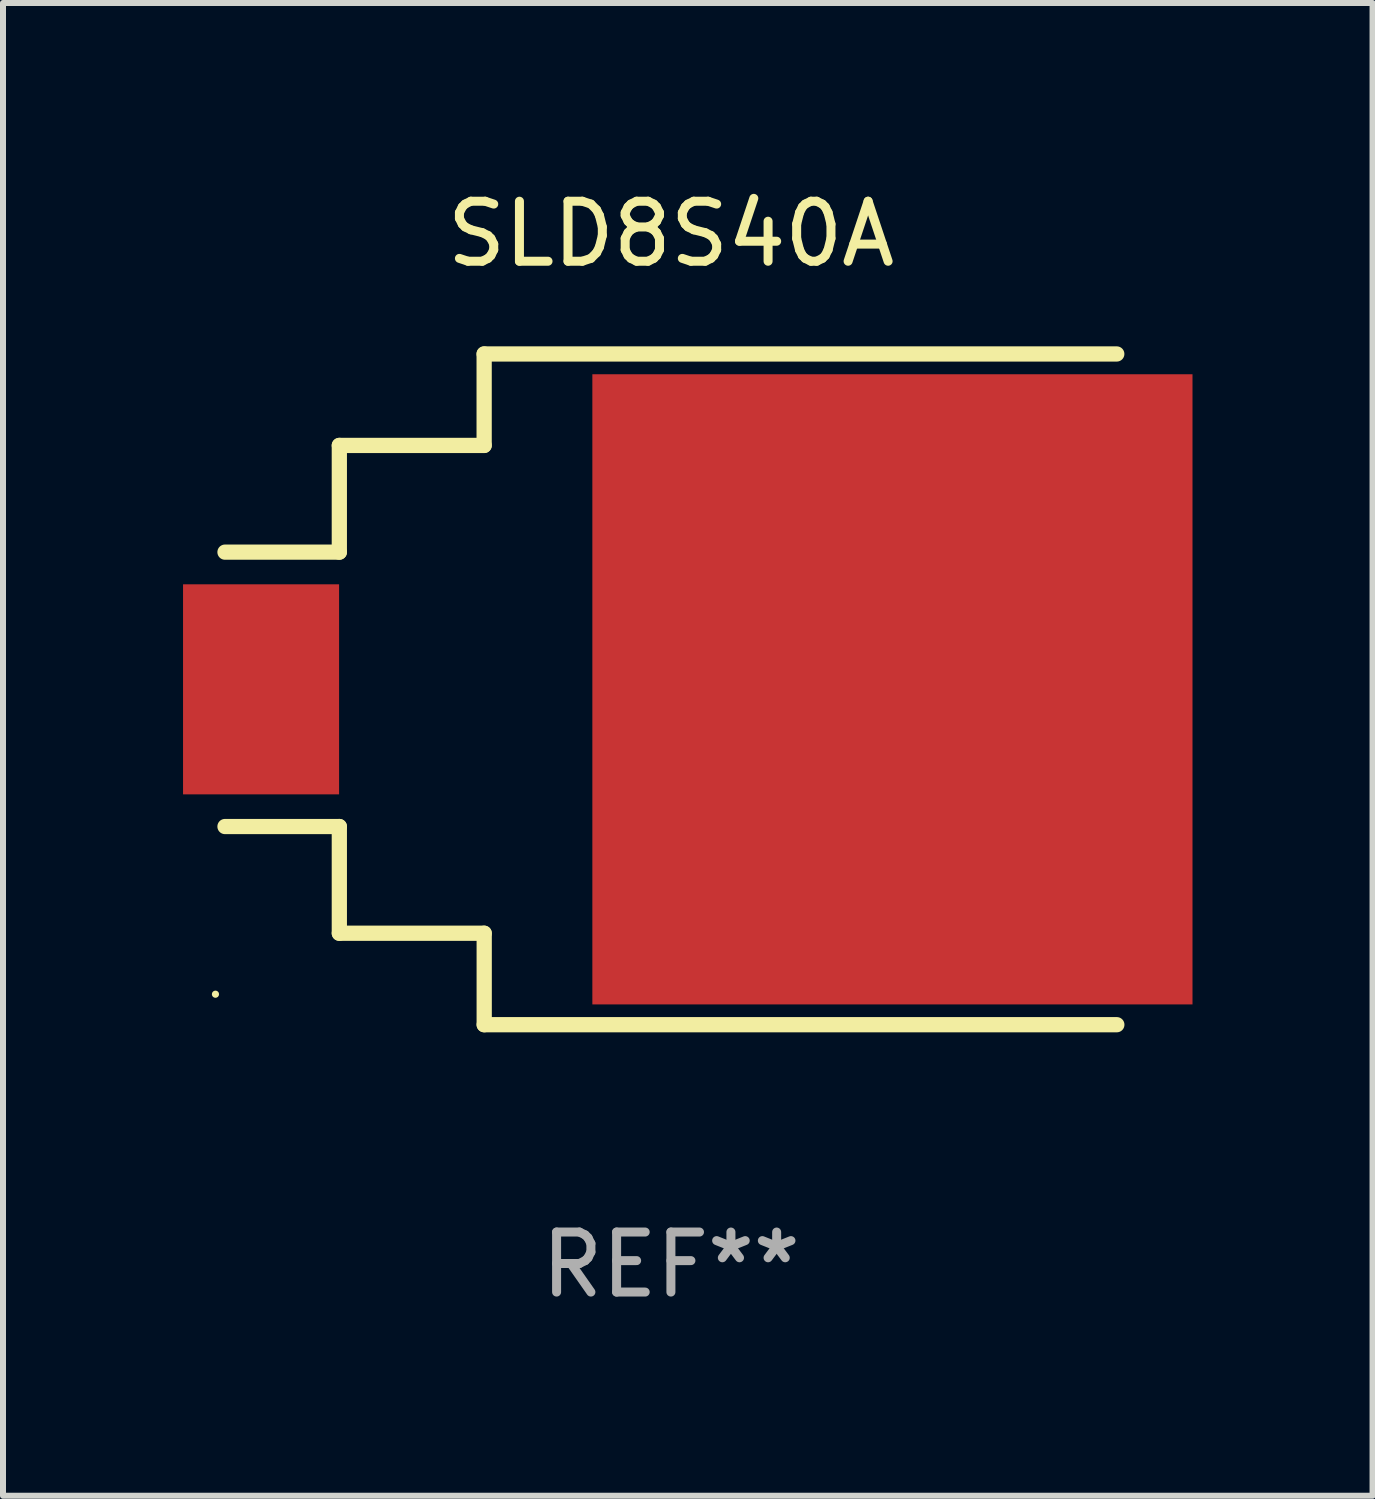
<source format=kicad_pcb>
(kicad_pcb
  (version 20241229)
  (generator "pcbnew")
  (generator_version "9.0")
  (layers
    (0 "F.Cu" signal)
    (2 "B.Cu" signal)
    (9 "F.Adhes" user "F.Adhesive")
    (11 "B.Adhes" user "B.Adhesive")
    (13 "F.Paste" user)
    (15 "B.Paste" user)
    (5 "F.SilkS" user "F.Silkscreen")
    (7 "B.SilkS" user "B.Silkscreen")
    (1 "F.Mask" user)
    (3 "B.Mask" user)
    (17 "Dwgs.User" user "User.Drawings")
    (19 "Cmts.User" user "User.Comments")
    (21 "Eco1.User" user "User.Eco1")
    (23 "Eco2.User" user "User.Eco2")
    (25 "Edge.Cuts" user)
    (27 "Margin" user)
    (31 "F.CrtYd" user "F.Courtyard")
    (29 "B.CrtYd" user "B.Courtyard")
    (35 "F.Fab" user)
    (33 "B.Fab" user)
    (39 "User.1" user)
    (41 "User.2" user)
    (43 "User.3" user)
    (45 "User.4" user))
  (footprint "SLD8S40A"
    (layer "F.Cu")
    (at 8.129 8.436)
    (property "Reference" "SLD8S40A" (at 0 -7.588 0) (layer "F.SilkS") (effects (font (size 1 1) (thickness 0.15))))
    (attr through_hole)
    (fp_line (start -5.525 -4.064) (end -5.525 -2.286) (stroke (width 0.254) (type solid)) (layer "F.SilkS"))
    (fp_line (start -5.525 -2.286) (end -7.43 -2.286) (stroke (width 0.254) (type solid)) (layer "F.SilkS"))
    (fp_line (start -5.525 2.286) (end -7.43 2.286) (stroke (width 0.254) (type solid)) (layer "F.SilkS"))
    (fp_line (start -5.525 4.064) (end -5.525 2.286) (stroke (width 0.254) (type solid)) (layer "F.SilkS"))
    (fp_line (start -3.112 -5.588) (end -3.112 -4.064) (stroke (width 0.254) (type solid)) (layer "F.SilkS"))
    (fp_line (start -3.112 -4.064) (end -5.525 -4.064) (stroke (width 0.254) (type solid)) (layer "F.SilkS"))
    (fp_line (start -3.112 4.064) (end -5.525 4.064) (stroke (width 0.254) (type solid)) (layer "F.SilkS"))
    (fp_line (start -3.111 5.588) (end -3.111 4.064) (stroke (width 0.254) (type solid)) (layer "F.SilkS"))
    (fp_line (start 7.429 -5.588) (end -3.112 -5.588) (stroke (width 0.254) (type solid)) (layer "F.SilkS"))
    (fp_line (start 7.43 5.588) (end -3.111 5.588) (stroke (width 0.254) (type solid)) (layer "F.SilkS"))
    (fp_circle (center -7.589 5.08) (end -7.559 5.08) (stroke (width 0.06) (type solid)) (fill no) (layer "F.SilkS"))
    (fp_text user "REF**" (at 0 9.588 0) (layer "F.Fab") (effects (font (size 1 1) (thickness 0.15))))
    (pad "1" smd rect (at -6.829 -0.000025) (size 2.6 3.5) (layers "F.Cu" "F.Mask" "F.Paste"))
    (pad "2" smd rect (at 3.691 -0.000025) (size 10 10.5) (layers "F.Cu" "F.Mask" "F.Paste")))
  (gr_rect
    (start -3 -3)
    (end 19.82 21.873)
    (stroke (width 0.1) (type default))
    (fill no)
    (layer "Edge.Cuts")))
</source>
